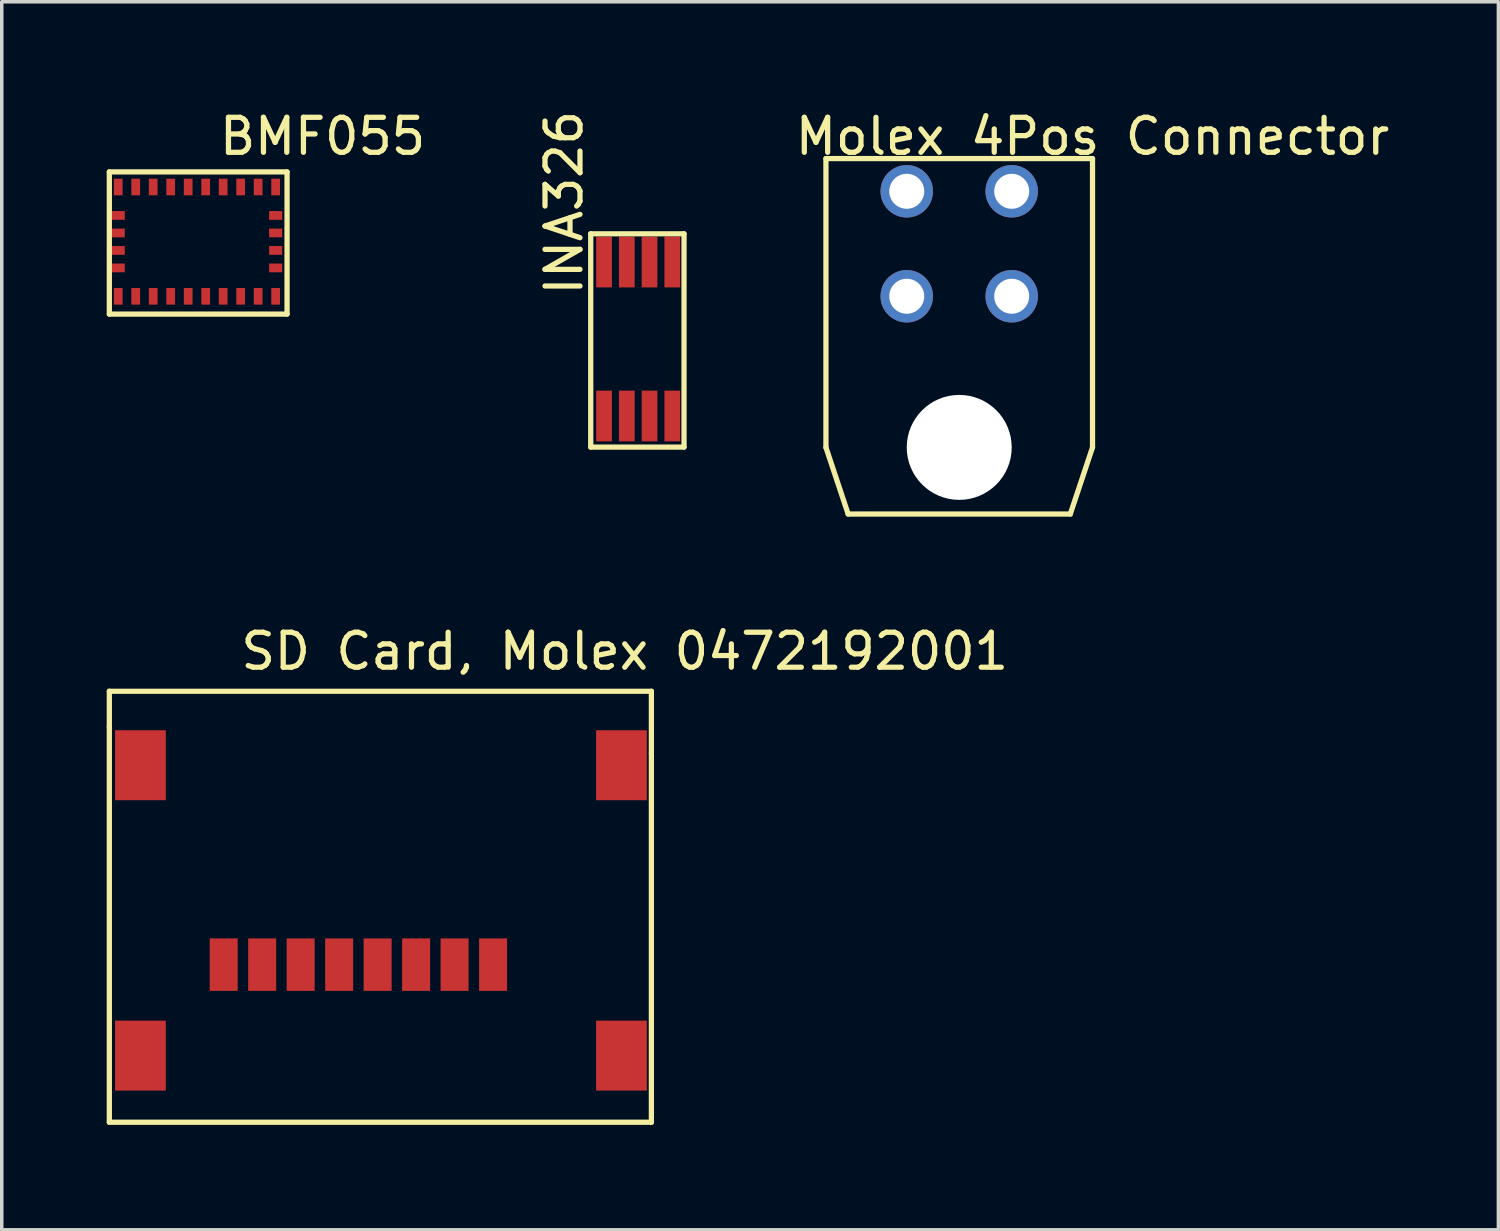
<source format=kicad_pcb>
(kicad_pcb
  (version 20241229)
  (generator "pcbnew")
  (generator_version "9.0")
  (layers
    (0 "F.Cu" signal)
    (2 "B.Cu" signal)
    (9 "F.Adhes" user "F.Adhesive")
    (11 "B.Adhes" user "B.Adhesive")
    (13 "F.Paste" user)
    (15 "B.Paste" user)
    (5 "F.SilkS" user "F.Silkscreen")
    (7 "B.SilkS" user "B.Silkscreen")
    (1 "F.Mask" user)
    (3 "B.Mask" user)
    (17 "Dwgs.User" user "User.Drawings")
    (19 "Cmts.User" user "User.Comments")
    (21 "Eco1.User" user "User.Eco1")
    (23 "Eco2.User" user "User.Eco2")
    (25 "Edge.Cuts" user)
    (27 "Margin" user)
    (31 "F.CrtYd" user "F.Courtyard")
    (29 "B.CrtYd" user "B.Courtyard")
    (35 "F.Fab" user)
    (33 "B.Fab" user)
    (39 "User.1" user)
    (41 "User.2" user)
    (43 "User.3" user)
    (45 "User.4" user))
  (footprint "INA326"
    (layer "F.Cu")
    (at 14.216 8.84)
    (property "Reference" "INA326" (at -1.143 -6.096 90) (layer "F.SilkS") (effects (font (size 1 1) (thickness 0.15))))
    (attr through_hole)
    (fp_line (start -0.381 -5.207) (end 2.286 -5.207) (stroke (width 0.15) (type solid)) (layer "F.SilkS"))
    (fp_line (start -0.381 0.889) (end -0.381 -5.207) (stroke (width 0.15) (type solid)) (layer "F.SilkS"))
    (fp_line (start 2.286 -5.207) (end 2.286 0.889) (stroke (width 0.15) (type solid)) (layer "F.SilkS"))
    (fp_line (start 2.286 0.889) (end -0.381 0.889) (stroke (width 0.15) (type solid)) (layer "F.SilkS"))
    (pad "1" smd rect (at 0 0) (size 0.45 1.45) (layers "F.Cu" "F.Mask" "F.Paste"))
    (pad "2" smd rect (at 0.65 0) (size 0.45 1.45) (layers "F.Cu" "F.Mask" "F.Paste"))
    (pad "3" smd rect (at 1.3 0) (size 0.45 1.45) (layers "F.Cu" "F.Mask" "F.Paste"))
    (pad "4" smd rect (at 1.95 0) (size 0.45 1.45) (layers "F.Cu" "F.Mask" "F.Paste"))
    (pad "5" smd rect (at 1.95 -4.4) (size 0.45 1.45) (layers "F.Cu" "F.Mask" "F.Paste"))
    (pad "6" smd rect (at 1.3 -4.4) (size 0.45 1.45) (layers "F.Cu" "F.Mask" "F.Paste"))
    (pad "7" smd rect (at 0.65 -4.4) (size 0.45 1.45) (layers "F.Cu" "F.Mask" "F.Paste"))
    (pad "8" smd rect (at 0 -4.4) (size 0.45 1.45) (layers "F.Cu" "F.Mask" "F.Paste")))
  (footprint "BMF055"
    (layer "F.Cu")
    (at 0.329 5.42)
    (property "Reference" "BMF055" (at 5.842 -4.572 0) (layer "F.SilkS") (effects (font (size 1 1) (thickness 0.15))))
    (attr through_hole)
    (fp_line (start -0.254 -3.556) (end 4.826 -3.556) (stroke (width 0.15) (type solid)) (layer "F.SilkS"))
    (fp_line (start -0.254 0.508) (end -0.254 -3.556) (stroke (width 0.15) (type solid)) (layer "F.SilkS"))
    (fp_line (start 4.826 -3.556) (end 4.826 0.508) (stroke (width 0.15) (type solid)) (layer "F.SilkS"))
    (fp_line (start 4.826 0.508) (end -0.254 0.508) (stroke (width 0.15) (type solid)) (layer "F.SilkS"))
    (pad "1" smd rect (at 4.5 -3.125) (size 0.25 0.475) (layers "F.Cu" "F.Mask" "F.Paste"))
    (pad "2" smd rect (at 4.5 -2.312) (size 0.375 0.25) (layers "F.Cu" "F.Mask" "F.Paste"))
    (pad "3" smd rect (at 4.5 -1.812) (size 0.375 0.25) (layers "F.Cu" "F.Mask" "F.Paste"))
    (pad "4" smd rect (at 4.5 -1.312) (size 0.375 0.25) (layers "F.Cu" "F.Mask" "F.Paste"))
    (pad "5" smd rect (at 4.5 -0.812) (size 0.375 0.25) (layers "F.Cu" "F.Mask" "F.Paste"))
    (pad "6" smd rect (at 4.5 0) (size 0.25 0.475) (layers "F.Cu" "F.Mask" "F.Paste"))
    (pad "7" smd rect (at 4 0) (size 0.25 0.475) (layers "F.Cu" "F.Mask" "F.Paste"))
    (pad "8" smd rect (at 3.5 0) (size 0.25 0.475) (layers "F.Cu" "F.Mask" "F.Paste"))
    (pad "9" smd rect (at 3 0) (size 0.25 0.475) (layers "F.Cu" "F.Mask" "F.Paste"))
    (pad "10" smd rect (at 2.5 0) (size 0.25 0.475) (layers "F.Cu" "F.Mask" "F.Paste"))
    (pad "11" smd rect (at 2 0) (size 0.25 0.475) (layers "F.Cu" "F.Mask" "F.Paste"))
    (pad "12" smd rect (at 1.5 0) (size 0.25 0.475) (layers "F.Cu" "F.Mask" "F.Paste"))
    (pad "13" smd rect (at 1 0) (size 0.25 0.475) (layers "F.Cu" "F.Mask" "F.Paste"))
    (pad "14" smd rect (at 0.5 0) (size 0.25 0.475) (layers "F.Cu" "F.Mask" "F.Paste"))
    (pad "15" smd rect (at 0 0) (size 0.25 0.475) (layers "F.Cu" "F.Mask" "F.Paste"))
    (pad "16" smd rect (at 0 -0.812) (size 0.375 0.25) (layers "F.Cu" "F.Mask" "F.Paste"))
    (pad "17" smd rect (at 0 -1.312) (size 0.375 0.25) (layers "F.Cu" "F.Mask" "F.Paste"))
    (pad "18" smd rect (at 0 -1.812) (size 0.375 0.25) (layers "F.Cu" "F.Mask" "F.Paste"))
    (pad "19" smd rect (at 0 -2.312) (size 0.375 0.25) (layers "F.Cu" "F.Mask" "F.Paste"))
    (pad "20" smd rect (at 0 -3.125) (size 0.25 0.475) (layers "F.Cu" "F.Mask" "F.Paste"))
    (pad "21" smd rect (at 0.5 -3.125) (size 0.25 0.475) (layers "F.Cu" "F.Mask" "F.Paste"))
    (pad "22" smd rect (at 1 -3.125) (size 0.25 0.475) (layers "F.Cu" "F.Mask" "F.Paste"))
    (pad "23" smd rect (at 1.5 -3.125) (size 0.25 0.475) (layers "F.Cu" "F.Mask" "F.Paste"))
    (pad "24" smd rect (at 2 -3.125) (size 0.25 0.475) (layers "F.Cu" "F.Mask" "F.Paste"))
    (pad "25" smd rect (at 2.5 -3.125) (size 0.25 0.475) (layers "F.Cu" "F.Mask" "F.Paste"))
    (pad "26" smd rect (at 3 -3.125) (size 0.25 0.475) (layers "F.Cu" "F.Mask" "F.Paste"))
    (pad "27" smd rect (at 3.5 -3.125) (size 0.25 0.475) (layers "F.Cu" "F.Mask" "F.Paste"))
    (pad "28" smd rect (at 4 -3.125) (size 0.25 0.475) (layers "F.Cu" "F.Mask" "F.Paste")))
  (footprint "SD Card, Molex 0472192001"
    (layer "F.Cu")
    (at 0.964 27.123)
    (property "Reference" "SD Card, Molex 0472192001" (at 13.843 -11.557 0) (layer "F.SilkS") (effects (font (size 1 1) (thickness 0.15))))
    (attr through_hole)
    (fp_line (start -0.889 -9.398) (end -0.889 -10.414) (stroke (width 0.15) (type solid)) (layer "F.SilkS"))
    (fp_line (start -0.889 -9.398) (end -0.889 1.905) (stroke (width 0.15) (type solid)) (layer "F.SilkS"))
    (fp_line (start -0.889 1.905) (end 14.605 1.905) (stroke (width 0.15) (type solid)) (layer "F.SilkS"))
    (fp_line (start 14.605 -10.414) (end -0.889 -10.414) (stroke (width 0.15) (type solid)) (layer "F.SilkS"))
    (fp_line (start 14.605 -8.636) (end 14.605 -10.414) (stroke (width 0.15) (type solid)) (layer "F.SilkS"))
    (fp_line (start 14.605 1.905) (end 14.605 -8.636) (stroke (width 0.15) (type solid)) (layer "F.SilkS"))
    (pad "1" smd rect (at 10.08 -2.6) (size 0.8 1.5) (layers "F.Cu" "F.Mask" "F.Paste"))
    (pad "2" smd rect (at 8.98 -2.6) (size 0.8 1.5) (layers "F.Cu" "F.Mask" "F.Paste"))
    (pad "3" smd rect (at 7.88 -2.6) (size 0.8 1.5) (layers "F.Cu" "F.Mask" "F.Paste"))
    (pad "4" smd rect (at 6.78 -2.6) (size 0.8 1.5) (layers "F.Cu" "F.Mask" "F.Paste"))
    (pad "5" smd rect (at 5.68 -2.6) (size 0.8 1.5) (layers "F.Cu" "F.Mask" "F.Paste"))
    (pad "6" smd rect (at 4.58 -2.6) (size 0.8 1.5) (layers "F.Cu" "F.Mask" "F.Paste"))
    (pad "7" smd rect (at 3.48 -2.6) (size 0.8 1.5) (layers "F.Cu" "F.Mask" "F.Paste"))
    (pad "8" smd rect (at 2.38 -2.6) (size 0.8 1.5) (layers "F.Cu" "F.Mask" "F.Paste"))
    (pad "9" smd rect (at 0 -8.3) (size 1.45 2) (layers "F.Cu" "F.Mask" "F.Paste"))
    (pad "9" smd rect (at 0 0) (size 1.45 2) (layers "F.Cu" "F.Mask" "F.Paste"))
    (pad "9" smd rect (at 13.75 -8.3) (size 1.45 2) (layers "F.Cu" "F.Mask" "F.Paste"))
    (pad "9" smd rect (at 13.75 0) (size 1.45 2) (layers "F.Cu" "F.Mask" "F.Paste")))
  (footprint "Molex 4Pos Connector"
    (layer "F.Cu")
    (at 24.368 9.738)
    (property "Reference" "Molex 4Pos Connector" (at 3.81 -8.89 0) (layer "F.SilkS") (effects (font (size 1 1) (thickness 0.15))))
    (attr through_hole)
    (fp_line (start -3.81 -8.255) (end 3.81 -8.255) (stroke (width 0.15) (type solid)) (layer "F.SilkS"))
    (fp_line (start -3.81 0) (end -3.81 -8.255) (stroke (width 0.15) (type solid)) (layer "F.SilkS"))
    (fp_line (start -3.175 1.905) (end -3.81 0) (stroke (width 0.15) (type solid)) (layer "F.SilkS"))
    (fp_line (start 3.175 1.905) (end -3.175 1.905) (stroke (width 0.15) (type solid)) (layer "F.SilkS"))
    (fp_line (start 3.81 -8.255) (end 3.81 0) (stroke (width 0.15) (type solid)) (layer "F.SilkS"))
    (fp_line (start 3.81 0) (end 3.175 1.905) (stroke (width 0.15) (type solid)) (layer "F.SilkS"))
    (pad "" np_thru_hole circle (at 0 0) (size 3 3) (drill 3) (layers "*.Cu" "*.Mask"))
    (pad "1" thru_hole circle (at 1.5 -4.32) (size 1.5 1.5) (drill 1) (layers "*.Cu" "*.Mask"))
    (pad "2" thru_hole circle (at -1.5 -4.32) (size 1.5 1.5) (drill 1) (layers "*.Cu" "*.Mask"))
    (pad "3" thru_hole circle (at 1.5 -7.32) (size 1.5 1.5) (drill 1) (layers "*.Cu" "*.Mask"))
    (pad "4" thru_hole circle (at -1.5 -7.32) (size 1.5 1.5) (drill 1) (layers "*.Cu" "*.Mask")))
  (gr_rect
    (start -3 -3)
    (end 39.779 32.103)
    (stroke (width 0.1) (type default))
    (fill no)
    (layer "Edge.Cuts")))
</source>
